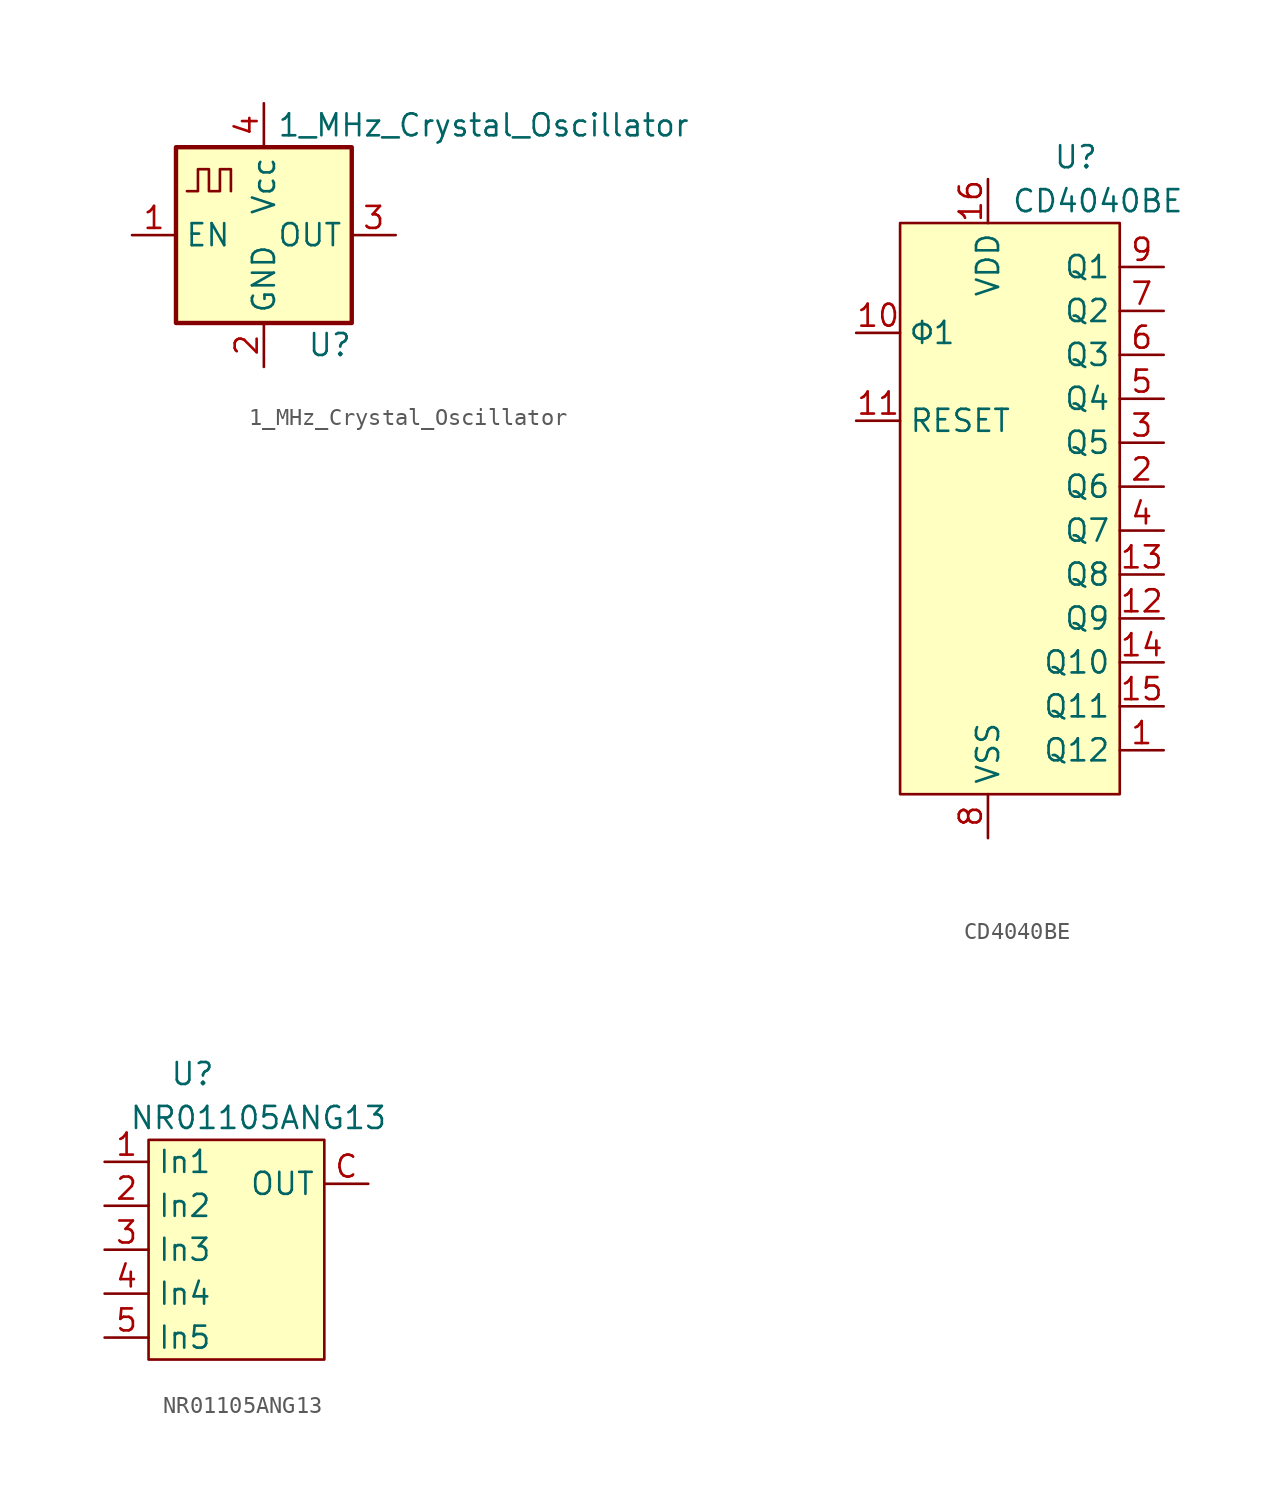
<source format=kicad_sym>
(kicad_symbol_lib
  (version 20211014)
  (generator kicad_symbol_editor)
  (symbol "1_MHz_Crystal_Oscillator"
    (property "Reference" "U"
      (at 3.81 -6.35 0)
      (effects (font (size 1.27 1.27))))
    (property "Value" "1_MHz_Crystal_Oscillator"
      (at 12.7 6.35 0)
      (effects (font (size 1.27 1.27))))
    (symbol "1_MHz_Crystal_Oscillator_0_1"
      (rectangle (start -5.08 5.08) (end 5.08 -5.08) (stroke (width 0.254) (type default) (color 0 0 0 0)) (fill (type background)))
      (polyline (pts (xy -4.445 2.54) (xy -3.81 2.54) (xy -3.81 3.81) (xy -3.175 3.81) (xy -3.175 2.54) (xy -2.54 2.54) (xy -2.54 3.81) (xy -1.905 3.81) (xy -1.905 2.54)) (stroke (width 0) (type default) (color 0 0 0 0)) (fill (type none))))
    (symbol "1_MHz_Crystal_Oscillator_1_1"
      (pin input line (at -7.62 0 0) (length 2.54) (name "EN" (effects (font (size 1.27 1.27)))) (number "1" (effects (font (size 1.27 1.27)))))
      (pin power_in line (at 0 -7.62 90) (length 2.54) (name "GND" (effects (font (size 1.27 1.27)))) (number "2" (effects (font (size 1.27 1.27)))))
      (pin output line (at 7.62 0 180) (length 2.54) (name "OUT" (effects (font (size 1.27 1.27)))) (number "3" (effects (font (size 1.27 1.27)))))
      (pin power_in line (at 0 7.62 270) (length 2.54) (name "Vcc" (effects (font (size 1.27 1.27)))) (number "4" (effects (font (size 1.27 1.27)))))))
  (symbol "CD4040BE"
    (property "Reference" "U"
      (at 5.08 10.16 0)
      (effects (font (size 1.27 1.27))))
    (property "Value" "CD4040BE"
      (at 6.35 7.62 0)
      (effects (font (size 1.27 1.27))))
    (symbol "CD4040BE_0_1"
      (rectangle (start -5.08 6.35) (end 7.62 -26.67) (stroke (width 0) (type default) (color 0 0 0 0)) (fill (type background))))
    (symbol "CD4040BE_1_1"
      (pin input line (at 10.16 -24.13 180) (length 2.54) (name "Q12" (effects (font (size 1.27 1.27)))) (number "1" (effects (font (size 1.27 1.27)))))
      (pin input line (at -7.62 0 0) (length 2.54) (name "Φ1" (effects (font (size 1.27 1.27)))) (number "10" (effects (font (size 1.27 1.27)))))
      (pin input line (at -7.62 -5.08 0) (length 2.54) (name "RESET" (effects (font (size 1.27 1.27)))) (number "11" (effects (font (size 1.27 1.27)))))
      (pin input line (at 10.16 -16.51 180) (length 2.54) (name "Q9" (effects (font (size 1.27 1.27)))) (number "12" (effects (font (size 1.27 1.27)))))
      (pin input line (at 10.16 -13.97 180) (length 2.54) (name "Q8" (effects (font (size 1.27 1.27)))) (number "13" (effects (font (size 1.27 1.27)))))
      (pin input line (at 10.16 -19.05 180) (length 2.54) (name "Q10" (effects (font (size 1.27 1.27)))) (number "14" (effects (font (size 1.27 1.27)))))
      (pin input line (at 10.16 -21.59 180) (length 2.54) (name "Q11" (effects (font (size 1.27 1.27)))) (number "15" (effects (font (size 1.27 1.27)))))
      (pin power_in line (at 0 8.89 270) (length 2.54) (name "VDD" (effects (font (size 1.27 1.27)))) (number "16" (effects (font (size 1.27 1.27)))))
      (pin input line (at 10.16 -8.89 180) (length 2.54) (name "Q6" (effects (font (size 1.27 1.27)))) (number "2" (effects (font (size 1.27 1.27)))))
      (pin input line (at 10.16 -6.35 180) (length 2.54) (name "Q5" (effects (font (size 1.27 1.27)))) (number "3" (effects (font (size 1.27 1.27)))))
      (pin input line (at 10.16 -11.43 180) (length 2.54) (name "Q7" (effects (font (size 1.27 1.27)))) (number "4" (effects (font (size 1.27 1.27)))))
      (pin input line (at 10.16 -3.81 180) (length 2.54) (name "Q4" (effects (font (size 1.27 1.27)))) (number "5" (effects (font (size 1.27 1.27)))))
      (pin input line (at 10.16 -1.27 180) (length 2.54) (name "Q3" (effects (font (size 1.27 1.27)))) (number "6" (effects (font (size 1.27 1.27)))))
      (pin input line (at 10.16 1.27 180) (length 2.54) (name "Q2" (effects (font (size 1.27 1.27)))) (number "7" (effects (font (size 1.27 1.27)))))
      (pin power_in line (at 0 -29.21 90) (length 2.54) (name "VSS" (effects (font (size 1.27 1.27)))) (number "8" (effects (font (size 1.27 1.27)))))
      (pin input line (at 10.16 3.81 180) (length 2.54) (name "Q1" (effects (font (size 1.27 1.27)))) (number "9" (effects (font (size 1.27 1.27)))))))
  (symbol "NR01105ANG13"
    (property "Reference" "U"
      (at -2.54 7.62 0)
      (effects (font (size 1.27 1.27))))
    (property "Value" "NR01105ANG13"
      (at 1.27 5.08 0)
      (effects (font (size 1.27 1.27))))
    (symbol "NR01105ANG13_0_1"
      (rectangle (start -5.08 3.81) (end 5.08 -8.89) (stroke (width 0) (type default) (color 0 0 0 0)) (fill (type background))))
    (symbol "NR01105ANG13_1_1"
      (pin input line (at -7.62 2.54 0) (length 2.54) (name "In1" (effects (font (size 1.27 1.27)))) (number "1" (effects (font (size 1.27 1.27)))))
      (pin input line (at -7.62 0 0) (length 2.54) (name "In2" (effects (font (size 1.27 1.27)))) (number "2" (effects (font (size 1.27 1.27)))))
      (pin input line (at -7.62 -2.54 0) (length 2.54) (name "In3" (effects (font (size 1.27 1.27)))) (number "3" (effects (font (size 1.27 1.27)))))
      (pin input line (at -7.62 -5.08 0) (length 2.54) (name "In4" (effects (font (size 1.27 1.27)))) (number "4" (effects (font (size 1.27 1.27)))))
      (pin input line (at -7.62 -7.62 0) (length 2.54) (name "In5" (effects (font (size 1.27 1.27)))) (number "5" (effects (font (size 1.27 1.27)))))
      (pin output line (at 7.62 1.27 180) (length 2.54) (name "OUT" (effects (font (size 1.27 1.27)))) (number "C" (effects (font (size 1.27 1.27))))))))
</source>
